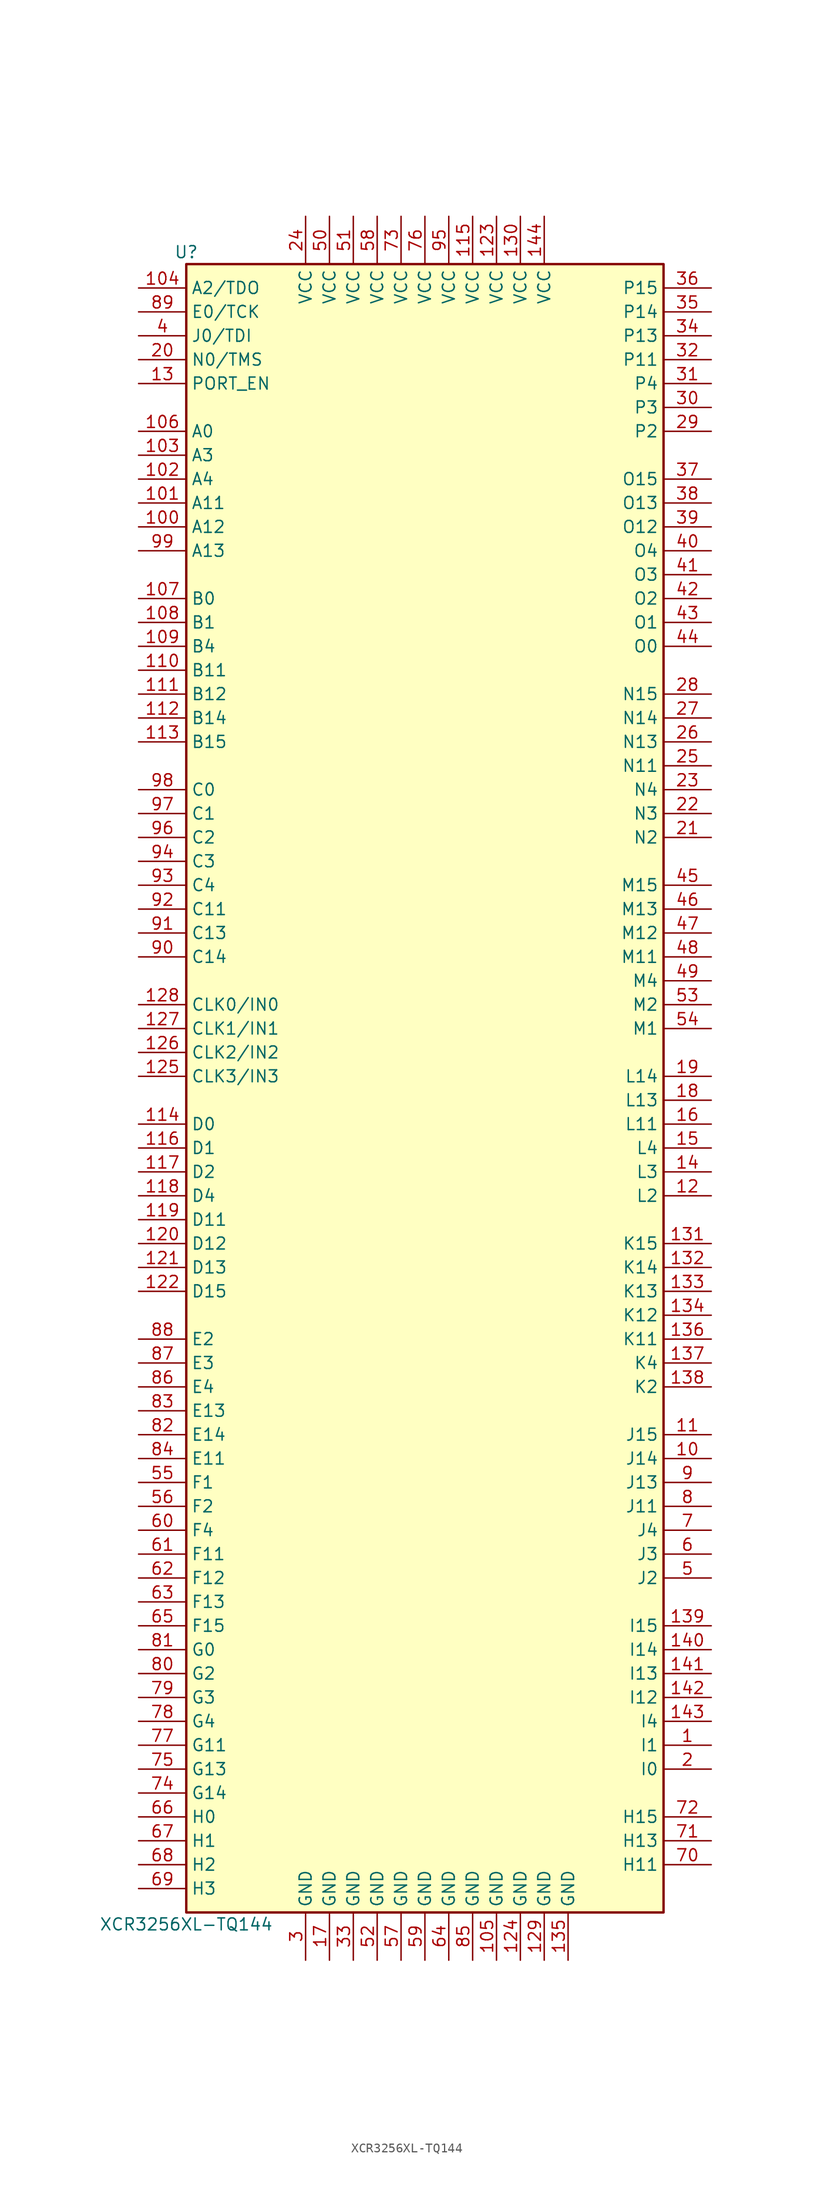
<source format=kicad_sym>
(kicad_symbol_lib
  (version 20241209)
  (generator "kicad_symbol_editor")
  (generator_version "9.0")
  (symbol "XCR3256XL-TQ144"
    (property "Reference" "U"
      (at -25.4 87.63 0)
      (effects (font (size 1.27 1.27))))
    (property "Value" "XCR3256XL-TQ144"
      (at -25.4 -90.17 0)
      (effects (font (size 1.27 1.27))))
    (symbol "XCR3256XL-TQ144_1_1"
      (rectangle (start -25.4 86.36) (end 25.4 -88.9) (stroke (width 0.254) (type default)) (fill (type background)))
      (pin passive line (at -30.48 83.82 0) (length 5.08) (name "A2/TDO" (effects (font (size 1.27 1.27)))) (number "104" (effects (font (size 1.27 1.27)))))
      (pin passive line (at -30.48 81.28 0) (length 5.08) (name "E0/TCK" (effects (font (size 1.27 1.27)))) (number "89" (effects (font (size 1.27 1.27)))))
      (pin passive line (at -30.48 78.74 0) (length 5.08) (name "J0/TDI" (effects (font (size 1.27 1.27)))) (number "4" (effects (font (size 1.27 1.27)))))
      (pin passive line (at -30.48 76.2 0) (length 5.08) (name "N0/TMS" (effects (font (size 1.27 1.27)))) (number "20" (effects (font (size 1.27 1.27)))))
      (pin passive line (at -30.48 73.66 0) (length 5.08) (name "PORT_EN" (effects (font (size 1.27 1.27)))) (number "13" (effects (font (size 1.27 1.27)))))
      (pin passive line (at -30.48 68.58 0) (length 5.08) (name "A0" (effects (font (size 1.27 1.27)))) (number "106" (effects (font (size 1.27 1.27)))))
      (pin passive line (at -30.48 66.04 0) (length 5.08) (name "A3" (effects (font (size 1.27 1.27)))) (number "103" (effects (font (size 1.27 1.27)))))
      (pin passive line (at -30.48 63.5 0) (length 5.08) (name "A4" (effects (font (size 1.27 1.27)))) (number "102" (effects (font (size 1.27 1.27)))))
      (pin passive line (at -30.48 60.96 0) (length 5.08) (name "A11" (effects (font (size 1.27 1.27)))) (number "101" (effects (font (size 1.27 1.27)))))
      (pin passive line (at -30.48 58.42 0) (length 5.08) (name "A12" (effects (font (size 1.27 1.27)))) (number "100" (effects (font (size 1.27 1.27)))))
      (pin passive line (at -30.48 55.88 0) (length 5.08) (name "A13" (effects (font (size 1.27 1.27)))) (number "99" (effects (font (size 1.27 1.27)))))
      (pin passive line (at -30.48 50.8 0) (length 5.08) (name "B0" (effects (font (size 1.27 1.27)))) (number "107" (effects (font (size 1.27 1.27)))))
      (pin passive line (at -30.48 48.26 0) (length 5.08) (name "B1" (effects (font (size 1.27 1.27)))) (number "108" (effects (font (size 1.27 1.27)))))
      (pin passive line (at -30.48 45.72 0) (length 5.08) (name "B4" (effects (font (size 1.27 1.27)))) (number "109" (effects (font (size 1.27 1.27)))))
      (pin passive line (at -30.48 43.18 0) (length 5.08) (name "B11" (effects (font (size 1.27 1.27)))) (number "110" (effects (font (size 1.27 1.27)))))
      (pin passive line (at -30.48 40.64 0) (length 5.08) (name "B12" (effects (font (size 1.27 1.27)))) (number "111" (effects (font (size 1.27 1.27)))))
      (pin passive line (at -30.48 38.1 0) (length 5.08) (name "B14" (effects (font (size 1.27 1.27)))) (number "112" (effects (font (size 1.27 1.27)))))
      (pin passive line (at -30.48 35.56 0) (length 5.08) (name "B15" (effects (font (size 1.27 1.27)))) (number "113" (effects (font (size 1.27 1.27)))))
      (pin passive line (at -30.48 30.48 0) (length 5.08) (name "C0" (effects (font (size 1.27 1.27)))) (number "98" (effects (font (size 1.27 1.27)))))
      (pin passive line (at -30.48 27.94 0) (length 5.08) (name "C1" (effects (font (size 1.27 1.27)))) (number "97" (effects (font (size 1.27 1.27)))))
      (pin passive line (at -30.48 25.4 0) (length 5.08) (name "C2" (effects (font (size 1.27 1.27)))) (number "96" (effects (font (size 1.27 1.27)))))
      (pin passive line (at -30.48 22.86 0) (length 5.08) (name "C3" (effects (font (size 1.27 1.27)))) (number "94" (effects (font (size 1.27 1.27)))))
      (pin passive line (at -30.48 20.32 0) (length 5.08) (name "C4" (effects (font (size 1.27 1.27)))) (number "93" (effects (font (size 1.27 1.27)))))
      (pin passive line (at -30.48 17.78 0) (length 5.08) (name "C11" (effects (font (size 1.27 1.27)))) (number "92" (effects (font (size 1.27 1.27)))))
      (pin passive line (at -30.48 15.24 0) (length 5.08) (name "C13" (effects (font (size 1.27 1.27)))) (number "91" (effects (font (size 1.27 1.27)))))
      (pin passive line (at -30.48 12.7 0) (length 5.08) (name "C14" (effects (font (size 1.27 1.27)))) (number "90" (effects (font (size 1.27 1.27)))))
      (pin input line (at -30.48 7.62 0) (length 5.08) (name "CLK0/IN0" (effects (font (size 1.27 1.27)))) (number "128" (effects (font (size 1.27 1.27)))))
      (pin input line (at -30.48 5.08 0) (length 5.08) (name "CLK1/IN1" (effects (font (size 1.27 1.27)))) (number "127" (effects (font (size 1.27 1.27)))))
      (pin input line (at -30.48 2.54 0) (length 5.08) (name "CLK2/IN2" (effects (font (size 1.27 1.27)))) (number "126" (effects (font (size 1.27 1.27)))))
      (pin input line (at -30.48 0 0) (length 5.08) (name "CLK3/IN3" (effects (font (size 1.27 1.27)))) (number "125" (effects (font (size 1.27 1.27)))))
      (pin passive line (at -30.48 -5.08 0) (length 5.08) (name "D0" (effects (font (size 1.27 1.27)))) (number "114" (effects (font (size 1.27 1.27)))))
      (pin passive line (at -30.48 -7.62 0) (length 5.08) (name "D1" (effects (font (size 1.27 1.27)))) (number "116" (effects (font (size 1.27 1.27)))))
      (pin passive line (at -30.48 -10.16 0) (length 5.08) (name "D2" (effects (font (size 1.27 1.27)))) (number "117" (effects (font (size 1.27 1.27)))))
      (pin passive line (at -30.48 -12.7 0) (length 5.08) (name "D4" (effects (font (size 1.27 1.27)))) (number "118" (effects (font (size 1.27 1.27)))))
      (pin passive line (at -30.48 -15.24 0) (length 5.08) (name "D11" (effects (font (size 1.27 1.27)))) (number "119" (effects (font (size 1.27 1.27)))))
      (pin passive line (at -30.48 -17.78 0) (length 5.08) (name "D12" (effects (font (size 1.27 1.27)))) (number "120" (effects (font (size 1.27 1.27)))))
      (pin passive line (at -30.48 -20.32 0) (length 5.08) (name "D13" (effects (font (size 1.27 1.27)))) (number "121" (effects (font (size 1.27 1.27)))))
      (pin passive line (at -30.48 -22.86 0) (length 5.08) (name "D15" (effects (font (size 1.27 1.27)))) (number "122" (effects (font (size 1.27 1.27)))))
      (pin passive line (at -30.48 -27.94 0) (length 5.08) (name "E2" (effects (font (size 1.27 1.27)))) (number "88" (effects (font (size 1.27 1.27)))))
      (pin passive line (at -30.48 -30.48 0) (length 5.08) (name "E3" (effects (font (size 1.27 1.27)))) (number "87" (effects (font (size 1.27 1.27)))))
      (pin passive line (at -30.48 -33.02 0) (length 5.08) (name "E4" (effects (font (size 1.27 1.27)))) (number "86" (effects (font (size 1.27 1.27)))))
      (pin passive line (at -30.48 -35.56 0) (length 5.08) (name "E13" (effects (font (size 1.27 1.27)))) (number "83" (effects (font (size 1.27 1.27)))))
      (pin passive line (at -30.48 -38.1 0) (length 5.08) (name "E14" (effects (font (size 1.27 1.27)))) (number "82" (effects (font (size 1.27 1.27)))))
      (pin passive line (at -30.48 -40.64 0) (length 5.08) (name "E11" (effects (font (size 1.27 1.27)))) (number "84" (effects (font (size 1.27 1.27)))))
      (pin passive line (at -30.48 -43.18 0) (length 5.08) (name "F1" (effects (font (size 1.27 1.27)))) (number "55" (effects (font (size 1.27 1.27)))))
      (pin passive line (at -30.48 -45.72 0) (length 5.08) (name "F2" (effects (font (size 1.27 1.27)))) (number "56" (effects (font (size 1.27 1.27)))))
      (pin passive line (at -30.48 -48.26 0) (length 5.08) (name "F4" (effects (font (size 1.27 1.27)))) (number "60" (effects (font (size 1.27 1.27)))))
      (pin passive line (at -30.48 -50.8 0) (length 5.08) (name "F11" (effects (font (size 1.27 1.27)))) (number "61" (effects (font (size 1.27 1.27)))))
      (pin passive line (at -30.48 -53.34 0) (length 5.08) (name "F12" (effects (font (size 1.27 1.27)))) (number "62" (effects (font (size 1.27 1.27)))))
      (pin passive line (at -30.48 -55.88 0) (length 5.08) (name "F13" (effects (font (size 1.27 1.27)))) (number "63" (effects (font (size 1.27 1.27)))))
      (pin passive line (at -30.48 -58.42 0) (length 5.08) (name "F15" (effects (font (size 1.27 1.27)))) (number "65" (effects (font (size 1.27 1.27)))))
      (pin input line (at -30.48 -60.96 0) (length 5.08) (name "G0" (effects (font (size 1.27 1.27)))) (number "81" (effects (font (size 1.27 1.27)))))
      (pin passive line (at -30.48 -63.5 0) (length 5.08) (name "G2" (effects (font (size 1.27 1.27)))) (number "80" (effects (font (size 1.27 1.27)))))
      (pin passive line (at -30.48 -66.04 0) (length 5.08) (name "G3" (effects (font (size 1.27 1.27)))) (number "79" (effects (font (size 1.27 1.27)))))
      (pin passive line (at -30.48 -68.58 0) (length 5.08) (name "G4" (effects (font (size 1.27 1.27)))) (number "78" (effects (font (size 1.27 1.27)))))
      (pin passive line (at -30.48 -71.12 0) (length 5.08) (name "G11" (effects (font (size 1.27 1.27)))) (number "77" (effects (font (size 1.27 1.27)))))
      (pin passive line (at -30.48 -73.66 0) (length 5.08) (name "G13" (effects (font (size 1.27 1.27)))) (number "75" (effects (font (size 1.27 1.27)))))
      (pin passive line (at -30.48 -76.2 0) (length 5.08) (name "G14" (effects (font (size 1.27 1.27)))) (number "74" (effects (font (size 1.27 1.27)))))
      (pin passive line (at -30.48 -78.74 0) (length 5.08) (name "H0" (effects (font (size 1.27 1.27)))) (number "66" (effects (font (size 1.27 1.27)))))
      (pin passive line (at -30.48 -81.28 0) (length 5.08) (name "H1" (effects (font (size 1.27 1.27)))) (number "67" (effects (font (size 1.27 1.27)))))
      (pin passive line (at -30.48 -83.82 0) (length 5.08) (name "H2" (effects (font (size 1.27 1.27)))) (number "68" (effects (font (size 1.27 1.27)))))
      (pin passive line (at -30.48 -86.36 0) (length 5.08) (name "H3" (effects (font (size 1.27 1.27)))) (number "69" (effects (font (size 1.27 1.27)))))
      (pin power_in line (at -12.7 91.44 270) (length 5.08) (name "VCC" (effects (font (size 1.27 1.27)))) (number "24" (effects (font (size 1.27 1.27)))))
      (pin power_in line (at -12.7 -93.98 90) (length 5.08) (name "GND" (effects (font (size 1.27 1.27)))) (number "3" (effects (font (size 1.27 1.27)))))
      (pin power_in line (at -10.16 91.44 270) (length 5.08) (name "VCC" (effects (font (size 1.27 1.27)))) (number "50" (effects (font (size 1.27 1.27)))))
      (pin power_in line (at -10.16 -93.98 90) (length 5.08) (name "GND" (effects (font (size 1.27 1.27)))) (number "17" (effects (font (size 1.27 1.27)))))
      (pin power_in line (at -7.62 91.44 270) (length 5.08) (name "VCC" (effects (font (size 1.27 1.27)))) (number "51" (effects (font (size 1.27 1.27)))))
      (pin power_in line (at -7.62 -93.98 90) (length 5.08) (name "GND" (effects (font (size 1.27 1.27)))) (number "33" (effects (font (size 1.27 1.27)))))
      (pin power_in line (at -5.08 91.44 270) (length 5.08) (name "VCC" (effects (font (size 1.27 1.27)))) (number "58" (effects (font (size 1.27 1.27)))))
      (pin power_in line (at -5.08 -93.98 90) (length 5.08) (name "GND" (effects (font (size 1.27 1.27)))) (number "52" (effects (font (size 1.27 1.27)))))
      (pin power_in line (at -2.54 91.44 270) (length 5.08) (name "VCC" (effects (font (size 1.27 1.27)))) (number "73" (effects (font (size 1.27 1.27)))))
      (pin power_in line (at -2.54 -93.98 90) (length 5.08) (name "GND" (effects (font (size 1.27 1.27)))) (number "57" (effects (font (size 1.27 1.27)))))
      (pin power_in line (at 0 91.44 270) (length 5.08) (name "VCC" (effects (font (size 1.27 1.27)))) (number "76" (effects (font (size 1.27 1.27)))))
      (pin power_in line (at 0 -93.98 90) (length 5.08) (name "GND" (effects (font (size 1.27 1.27)))) (number "59" (effects (font (size 1.27 1.27)))))
      (pin power_in line (at 2.54 91.44 270) (length 5.08) (name "VCC" (effects (font (size 1.27 1.27)))) (number "95" (effects (font (size 1.27 1.27)))))
      (pin power_in line (at 2.54 -93.98 90) (length 5.08) (name "GND" (effects (font (size 1.27 1.27)))) (number "64" (effects (font (size 1.27 1.27)))))
      (pin power_in line (at 5.08 91.44 270) (length 5.08) (name "VCC" (effects (font (size 1.27 1.27)))) (number "115" (effects (font (size 1.27 1.27)))))
      (pin power_in line (at 5.08 -93.98 90) (length 5.08) (name "GND" (effects (font (size 1.27 1.27)))) (number "85" (effects (font (size 1.27 1.27)))))
      (pin power_in line (at 7.62 91.44 270) (length 5.08) (name "VCC" (effects (font (size 1.27 1.27)))) (number "123" (effects (font (size 1.27 1.27)))))
      (pin power_in line (at 7.62 -93.98 90) (length 5.08) (name "GND" (effects (font (size 1.27 1.27)))) (number "105" (effects (font (size 1.27 1.27)))))
      (pin power_in line (at 10.16 91.44 270) (length 5.08) (name "VCC" (effects (font (size 1.27 1.27)))) (number "130" (effects (font (size 1.27 1.27)))))
      (pin power_in line (at 10.16 -93.98 90) (length 5.08) (name "GND" (effects (font (size 1.27 1.27)))) (number "124" (effects (font (size 1.27 1.27)))))
      (pin power_in line (at 12.7 91.44 270) (length 5.08) (name "VCC" (effects (font (size 1.27 1.27)))) (number "144" (effects (font (size 1.27 1.27)))))
      (pin power_in line (at 12.7 -93.98 90) (length 5.08) (name "GND" (effects (font (size 1.27 1.27)))) (number "129" (effects (font (size 1.27 1.27)))))
      (pin power_in line (at 15.24 -93.98 90) (length 5.08) (name "GND" (effects (font (size 1.27 1.27)))) (number "135" (effects (font (size 1.27 1.27)))))
      (pin passive line (at 30.48 83.82 180) (length 5.08) (name "P15" (effects (font (size 1.27 1.27)))) (number "36" (effects (font (size 1.27 1.27)))))
      (pin passive line (at 30.48 81.28 180) (length 5.08) (name "P14" (effects (font (size 1.27 1.27)))) (number "35" (effects (font (size 1.27 1.27)))))
      (pin passive line (at 30.48 78.74 180) (length 5.08) (name "P13" (effects (font (size 1.27 1.27)))) (number "34" (effects (font (size 1.27 1.27)))))
      (pin passive line (at 30.48 76.2 180) (length 5.08) (name "P11" (effects (font (size 1.27 1.27)))) (number "32" (effects (font (size 1.27 1.27)))))
      (pin passive line (at 30.48 73.66 180) (length 5.08) (name "P4" (effects (font (size 1.27 1.27)))) (number "31" (effects (font (size 1.27 1.27)))))
      (pin passive line (at 30.48 71.12 180) (length 5.08) (name "P3" (effects (font (size 1.27 1.27)))) (number "30" (effects (font (size 1.27 1.27)))))
      (pin passive line (at 30.48 68.58 180) (length 5.08) (name "P2" (effects (font (size 1.27 1.27)))) (number "29" (effects (font (size 1.27 1.27)))))
      (pin passive line (at 30.48 63.5 180) (length 5.08) (name "O15" (effects (font (size 1.27 1.27)))) (number "37" (effects (font (size 1.27 1.27)))))
      (pin passive line (at 30.48 60.96 180) (length 5.08) (name "O13" (effects (font (size 1.27 1.27)))) (number "38" (effects (font (size 1.27 1.27)))))
      (pin passive line (at 30.48 58.42 180) (length 5.08) (name "O12" (effects (font (size 1.27 1.27)))) (number "39" (effects (font (size 1.27 1.27)))))
      (pin passive line (at 30.48 55.88 180) (length 5.08) (name "O4" (effects (font (size 1.27 1.27)))) (number "40" (effects (font (size 1.27 1.27)))))
      (pin passive line (at 30.48 53.34 180) (length 5.08) (name "O3" (effects (font (size 1.27 1.27)))) (number "41" (effects (font (size 1.27 1.27)))))
      (pin passive line (at 30.48 50.8 180) (length 5.08) (name "O2" (effects (font (size 1.27 1.27)))) (number "42" (effects (font (size 1.27 1.27)))))
      (pin passive line (at 30.48 48.26 180) (length 5.08) (name "O1" (effects (font (size 1.27 1.27)))) (number "43" (effects (font (size 1.27 1.27)))))
      (pin passive line (at 30.48 45.72 180) (length 5.08) (name "O0" (effects (font (size 1.27 1.27)))) (number "44" (effects (font (size 1.27 1.27)))))
      (pin passive line (at 30.48 40.64 180) (length 5.08) (name "N15" (effects (font (size 1.27 1.27)))) (number "28" (effects (font (size 1.27 1.27)))))
      (pin passive line (at 30.48 38.1 180) (length 5.08) (name "N14" (effects (font (size 1.27 1.27)))) (number "27" (effects (font (size 1.27 1.27)))))
      (pin passive line (at 30.48 35.56 180) (length 5.08) (name "N13" (effects (font (size 1.27 1.27)))) (number "26" (effects (font (size 1.27 1.27)))))
      (pin passive line (at 30.48 33.02 180) (length 5.08) (name "N11" (effects (font (size 1.27 1.27)))) (number "25" (effects (font (size 1.27 1.27)))))
      (pin passive line (at 30.48 30.48 180) (length 5.08) (name "N4" (effects (font (size 1.27 1.27)))) (number "23" (effects (font (size 1.27 1.27)))))
      (pin passive line (at 30.48 27.94 180) (length 5.08) (name "N3" (effects (font (size 1.27 1.27)))) (number "22" (effects (font (size 1.27 1.27)))))
      (pin passive line (at 30.48 25.4 180) (length 5.08) (name "N2" (effects (font (size 1.27 1.27)))) (number "21" (effects (font (size 1.27 1.27)))))
      (pin passive line (at 30.48 20.32 180) (length 5.08) (name "M15" (effects (font (size 1.27 1.27)))) (number "45" (effects (font (size 1.27 1.27)))))
      (pin passive line (at 30.48 17.78 180) (length 5.08) (name "M13" (effects (font (size 1.27 1.27)))) (number "46" (effects (font (size 1.27 1.27)))))
      (pin passive line (at 30.48 15.24 180) (length 5.08) (name "M12" (effects (font (size 1.27 1.27)))) (number "47" (effects (font (size 1.27 1.27)))))
      (pin passive line (at 30.48 12.7 180) (length 5.08) (name "M11" (effects (font (size 1.27 1.27)))) (number "48" (effects (font (size 1.27 1.27)))))
      (pin passive line (at 30.48 10.16 180) (length 5.08) (name "M4" (effects (font (size 1.27 1.27)))) (number "49" (effects (font (size 1.27 1.27)))))
      (pin passive line (at 30.48 7.62 180) (length 5.08) (name "M2" (effects (font (size 1.27 1.27)))) (number "53" (effects (font (size 1.27 1.27)))))
      (pin passive line (at 30.48 5.08 180) (length 5.08) (name "M1" (effects (font (size 1.27 1.27)))) (number "54" (effects (font (size 1.27 1.27)))))
      (pin passive line (at 30.48 0 180) (length 5.08) (name "L14" (effects (font (size 1.27 1.27)))) (number "19" (effects (font (size 1.27 1.27)))))
      (pin passive line (at 30.48 -2.54 180) (length 5.08) (name "L13" (effects (font (size 1.27 1.27)))) (number "18" (effects (font (size 1.27 1.27)))))
      (pin passive line (at 30.48 -5.08 180) (length 5.08) (name "L11" (effects (font (size 1.27 1.27)))) (number "16" (effects (font (size 1.27 1.27)))))
      (pin passive line (at 30.48 -7.62 180) (length 5.08) (name "L4" (effects (font (size 1.27 1.27)))) (number "15" (effects (font (size 1.27 1.27)))))
      (pin passive line (at 30.48 -10.16 180) (length 5.08) (name "L3" (effects (font (size 1.27 1.27)))) (number "14" (effects (font (size 1.27 1.27)))))
      (pin passive line (at 30.48 -12.7 180) (length 5.08) (name "L2" (effects (font (size 1.27 1.27)))) (number "12" (effects (font (size 1.27 1.27)))))
      (pin passive line (at 30.48 -17.78 180) (length 5.08) (name "K15" (effects (font (size 1.27 1.27)))) (number "131" (effects (font (size 1.27 1.27)))))
      (pin passive line (at 30.48 -20.32 180) (length 5.08) (name "K14" (effects (font (size 1.27 1.27)))) (number "132" (effects (font (size 1.27 1.27)))))
      (pin passive line (at 30.48 -22.86 180) (length 5.08) (name "K13" (effects (font (size 1.27 1.27)))) (number "133" (effects (font (size 1.27 1.27)))))
      (pin passive line (at 30.48 -25.4 180) (length 5.08) (name "K12" (effects (font (size 1.27 1.27)))) (number "134" (effects (font (size 1.27 1.27)))))
      (pin passive line (at 30.48 -27.94 180) (length 5.08) (name "K11" (effects (font (size 1.27 1.27)))) (number "136" (effects (font (size 1.27 1.27)))))
      (pin passive line (at 30.48 -30.48 180) (length 5.08) (name "K4" (effects (font (size 1.27 1.27)))) (number "137" (effects (font (size 1.27 1.27)))))
      (pin passive line (at 30.48 -33.02 180) (length 5.08) (name "K2" (effects (font (size 1.27 1.27)))) (number "138" (effects (font (size 1.27 1.27)))))
      (pin passive line (at 30.48 -38.1 180) (length 5.08) (name "J15" (effects (font (size 1.27 1.27)))) (number "11" (effects (font (size 1.27 1.27)))))
      (pin passive line (at 30.48 -40.64 180) (length 5.08) (name "J14" (effects (font (size 1.27 1.27)))) (number "10" (effects (font (size 1.27 1.27)))))
      (pin passive line (at 30.48 -43.18 180) (length 5.08) (name "J13" (effects (font (size 1.27 1.27)))) (number "9" (effects (font (size 1.27 1.27)))))
      (pin passive line (at 30.48 -45.72 180) (length 5.08) (name "J11" (effects (font (size 1.27 1.27)))) (number "8" (effects (font (size 1.27 1.27)))))
      (pin passive line (at 30.48 -48.26 180) (length 5.08) (name "J4" (effects (font (size 1.27 1.27)))) (number "7" (effects (font (size 1.27 1.27)))))
      (pin passive line (at 30.48 -50.8 180) (length 5.08) (name "J3" (effects (font (size 1.27 1.27)))) (number "6" (effects (font (size 1.27 1.27)))))
      (pin passive line (at 30.48 -53.34 180) (length 5.08) (name "J2" (effects (font (size 1.27 1.27)))) (number "5" (effects (font (size 1.27 1.27)))))
      (pin passive line (at 30.48 -58.42 180) (length 5.08) (name "I15" (effects (font (size 1.27 1.27)))) (number "139" (effects (font (size 1.27 1.27)))))
      (pin passive line (at 30.48 -60.96 180) (length 5.08) (name "I14" (effects (font (size 1.27 1.27)))) (number "140" (effects (font (size 1.27 1.27)))))
      (pin passive line (at 30.48 -63.5 180) (length 5.08) (name "I13" (effects (font (size 1.27 1.27)))) (number "141" (effects (font (size 1.27 1.27)))))
      (pin passive line (at 30.48 -66.04 180) (length 5.08) (name "I12" (effects (font (size 1.27 1.27)))) (number "142" (effects (font (size 1.27 1.27)))))
      (pin passive line (at 30.48 -68.58 180) (length 5.08) (name "I4" (effects (font (size 1.27 1.27)))) (number "143" (effects (font (size 1.27 1.27)))))
      (pin passive line (at 30.48 -71.12 180) (length 5.08) (name "I1" (effects (font (size 1.27 1.27)))) (number "1" (effects (font (size 1.27 1.27)))))
      (pin passive line (at 30.48 -73.66 180) (length 5.08) (name "I0" (effects (font (size 1.27 1.27)))) (number "2" (effects (font (size 1.27 1.27)))))
      (pin passive line (at 30.48 -78.74 180) (length 5.08) (name "H15" (effects (font (size 1.27 1.27)))) (number "72" (effects (font (size 1.27 1.27)))))
      (pin passive line (at 30.48 -81.28 180) (length 5.08) (name "H13" (effects (font (size 1.27 1.27)))) (number "71" (effects (font (size 1.27 1.27)))))
      (pin passive line (at 30.48 -83.82 180) (length 5.08) (name "H11" (effects (font (size 1.27 1.27)))) (number "70" (effects (font (size 1.27 1.27))))))))
</source>
